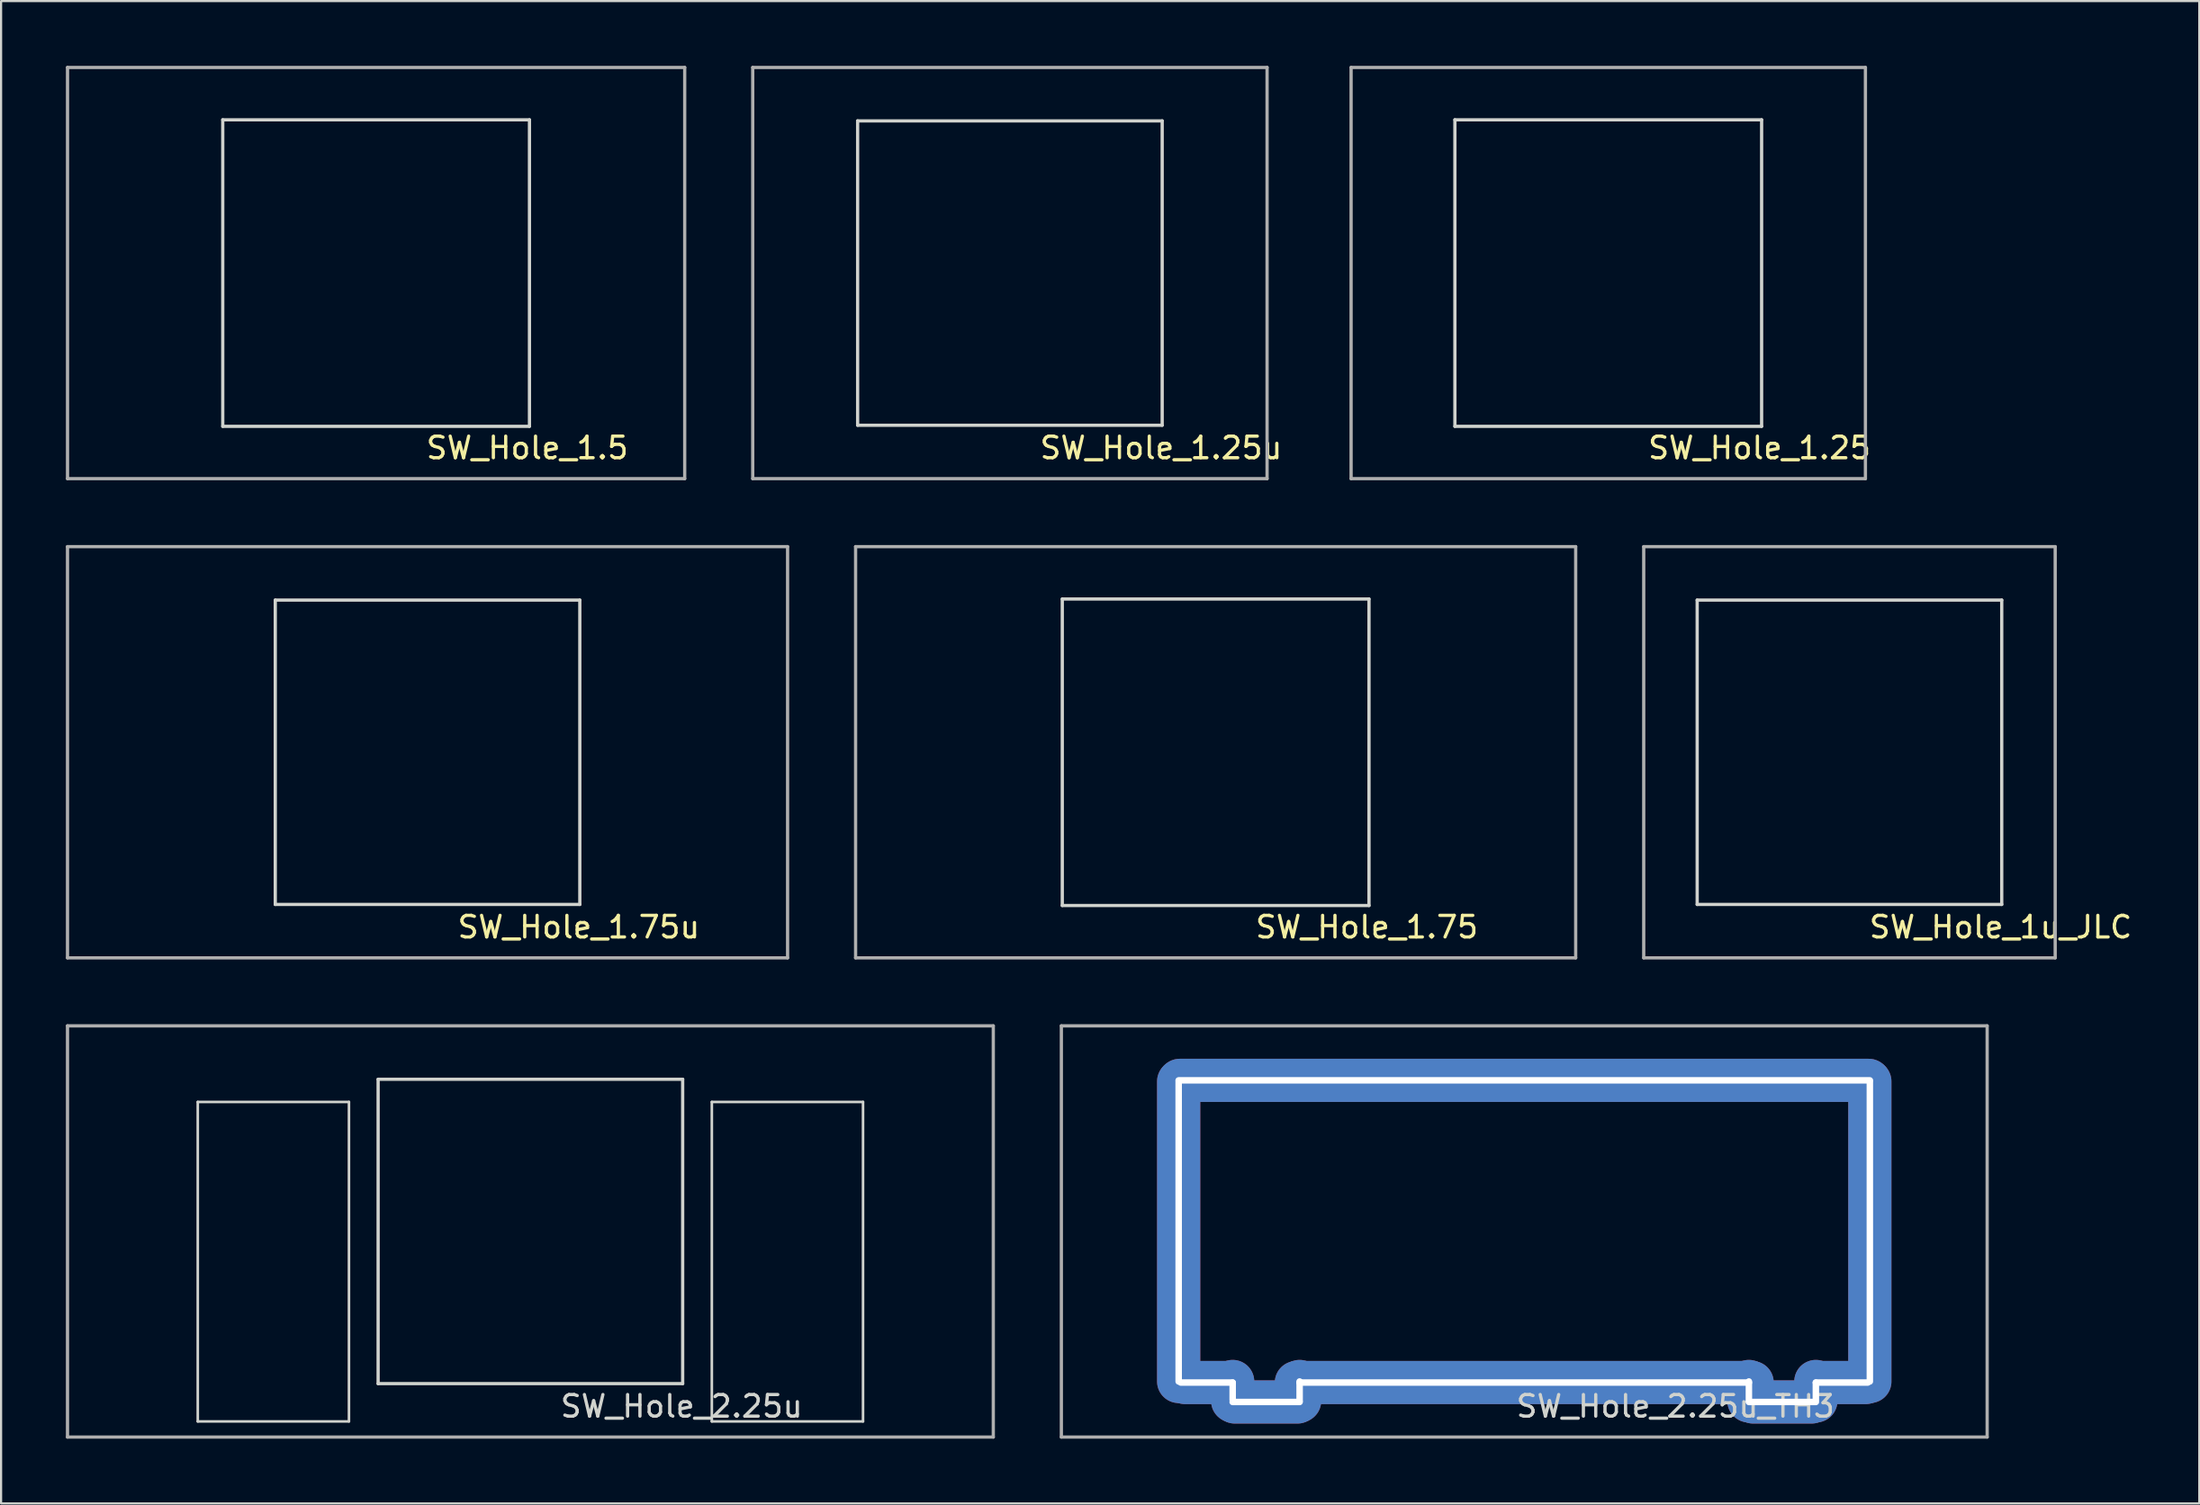
<source format=kicad_pcb>
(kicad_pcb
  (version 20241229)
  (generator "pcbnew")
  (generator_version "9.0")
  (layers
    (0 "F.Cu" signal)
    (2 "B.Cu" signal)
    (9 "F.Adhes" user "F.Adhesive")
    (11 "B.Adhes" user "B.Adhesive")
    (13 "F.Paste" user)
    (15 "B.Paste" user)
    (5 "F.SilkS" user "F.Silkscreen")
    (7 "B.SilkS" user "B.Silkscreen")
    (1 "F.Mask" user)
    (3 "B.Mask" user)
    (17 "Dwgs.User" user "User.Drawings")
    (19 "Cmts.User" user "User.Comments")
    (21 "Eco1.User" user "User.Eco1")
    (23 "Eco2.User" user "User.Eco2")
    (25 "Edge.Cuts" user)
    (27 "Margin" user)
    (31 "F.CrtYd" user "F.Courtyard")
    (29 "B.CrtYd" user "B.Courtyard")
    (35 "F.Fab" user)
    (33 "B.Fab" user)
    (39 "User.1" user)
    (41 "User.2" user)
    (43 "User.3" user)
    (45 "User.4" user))
  (footprint "SW_Hole_1.5"
    (layer "F.Cu")
    (at 14.363 9.6)
    (property "Reference" "SW_Hole_1.5" (at 7 8.1 0) (layer "F.SilkS") (effects (font (size 1 1) (thickness 0.15))))
    (attr through_hole)
    (fp_line (start -7.1 -7.1) (end 7.1 -7.1) (stroke (width 0.15) (type solid)) (layer "Edge.Cuts"))
    (fp_line (start -7.1 7.1) (end -7.1 -7.1) (stroke (width 0.15) (type solid)) (layer "Edge.Cuts"))
    (fp_line (start 7.1 -7.1) (end 7.1 7.1) (stroke (width 0.15) (type solid)) (layer "Edge.Cuts"))
    (fp_line (start 7.1 7.1) (end -7.1 7.1) (stroke (width 0.15) (type solid)) (layer "Edge.Cuts"))
    (fp_line (start -14.287 -9.525) (end -14.287 9.525) (stroke (width 0.15) (type solid)) (layer "F.Fab"))
    (fp_line (start -14.287 9.525) (end 14.287 9.525) (stroke (width 0.15) (type solid)) (layer "F.Fab"))
    (fp_line (start 14.287 -9.525) (end -14.287 -9.525) (stroke (width 0.15) (type solid)) (layer "F.Fab"))
    (fp_line (start 14.287 9.525) (end 14.287 -9.525) (stroke (width 0.15) (type solid)) (layer "F.Fab")))
  (footprint "SW_Hole_1.75u"
    (layer "F.Cu")
    (at 16.744 31.8)
    (property "Reference" "SW_Hole_1.75u" (at 7 8.1 0) (layer "F.SilkS") (effects (font (size 1 1) (thickness 0.15))))
    (attr through_hole)
    (fp_line (start -7.05 -7.05) (end 7.05 -7.05) (stroke (width 0.15) (type solid)) (layer "Edge.Cuts"))
    (fp_line (start -7.05 7.05) (end -7.05 -7.05) (stroke (width 0.15) (type solid)) (layer "Edge.Cuts"))
    (fp_line (start 7.05 -7.05) (end 7.05 7.05) (stroke (width 0.15) (type solid)) (layer "Edge.Cuts"))
    (fp_line (start 7.05 7.05) (end -7.05 7.05) (stroke (width 0.15) (type solid)) (layer "Edge.Cuts"))
    (fp_line (start -16.669 -9.525) (end -16.669 9.525) (stroke (width 0.15) (type solid)) (layer "F.Fab"))
    (fp_line (start -16.669 9.525) (end 16.669 9.525) (stroke (width 0.15) (type solid)) (layer "F.Fab"))
    (fp_line (start 16.669 -9.525) (end -16.669 -9.525) (stroke (width 0.15) (type solid)) (layer "F.Fab"))
    (fp_line (start 16.669 9.525) (end 16.669 -9.525) (stroke (width 0.15) (type solid)) (layer "F.Fab")))
  (footprint "SW_Hole_1.75"
    (layer "F.Cu")
    (at 53.231 31.8)
    (property "Reference" "SW_Hole_1.75" (at 7 8.1 0) (layer "F.SilkS") (effects (font (size 1 1) (thickness 0.15))))
    (attr through_hole)
    (fp_line (start -7.1 -7.1) (end 7.1 -7.1) (stroke (width 0.15) (type solid)) (layer "Edge.Cuts"))
    (fp_line (start -7.1 7.1) (end -7.1 -7.1) (stroke (width 0.15) (type solid)) (layer "Edge.Cuts"))
    (fp_line (start 7.1 -7.1) (end 7.1 7.1) (stroke (width 0.15) (type solid)) (layer "Edge.Cuts"))
    (fp_line (start 7.1 7.1) (end -7.1 7.1) (stroke (width 0.15) (type solid)) (layer "Edge.Cuts"))
    (fp_line (start -16.669 -9.525) (end -16.669 9.525) (stroke (width 0.15) (type solid)) (layer "F.Fab"))
    (fp_line (start -16.669 9.525) (end 16.669 9.525) (stroke (width 0.15) (type solid)) (layer "F.Fab"))
    (fp_line (start 16.669 -9.525) (end -16.669 -9.525) (stroke (width 0.15) (type solid)) (layer "F.Fab"))
    (fp_line (start 16.669 9.525) (end 16.669 -9.525) (stroke (width 0.15) (type solid)) (layer "F.Fab")))
  (footprint "SW_Hole_1.25"
    (layer "F.Cu")
    (at 71.408 9.6)
    (property "Reference" "SW_Hole_1.25" (at 7 8.1 0) (layer "F.SilkS") (effects (font (size 1 1) (thickness 0.15))))
    (attr through_hole)
    (fp_line (start -7.1 -7.1) (end 7.1 -7.1) (stroke (width 0.15) (type solid)) (layer "Edge.Cuts"))
    (fp_line (start -7.1 7.1) (end -7.1 -7.1) (stroke (width 0.15) (type solid)) (layer "Edge.Cuts"))
    (fp_line (start 7.1 -7.1) (end 7.1 7.1) (stroke (width 0.15) (type solid)) (layer "Edge.Cuts"))
    (fp_line (start 7.1 7.1) (end -7.1 7.1) (stroke (width 0.15) (type solid)) (layer "Edge.Cuts"))
    (fp_line (start -11.906 -9.525) (end -11.906 9.525) (stroke (width 0.15) (type solid)) (layer "F.Fab"))
    (fp_line (start -11.906 9.525) (end 11.906 9.525) (stroke (width 0.15) (type solid)) (layer "F.Fab"))
    (fp_line (start 11.906 -9.525) (end -11.906 -9.525) (stroke (width 0.15) (type solid)) (layer "F.Fab"))
    (fp_line (start 11.906 9.525) (end 11.906 -9.525) (stroke (width 0.15) (type solid)) (layer "F.Fab")))
  (footprint "SW_Hole_1.25u"
    (layer "F.Cu")
    (at 43.706 9.6)
    (property "Reference" "SW_Hole_1.25u" (at 7 8.1 0) (layer "F.SilkS") (effects (font (size 1 1) (thickness 0.15))))
    (attr through_hole)
    (fp_line (start -7.05 -7.05) (end 7.05 -7.05) (stroke (width 0.15) (type solid)) (layer "Edge.Cuts"))
    (fp_line (start -7.05 7.05) (end -7.05 -7.05) (stroke (width 0.15) (type solid)) (layer "Edge.Cuts"))
    (fp_line (start 7.05 -7.05) (end 7.05 7.05) (stroke (width 0.15) (type solid)) (layer "Edge.Cuts"))
    (fp_line (start 7.05 7.05) (end -7.05 7.05) (stroke (width 0.15) (type solid)) (layer "Edge.Cuts"))
    (fp_line (start -11.906 -9.525) (end -11.906 9.525) (stroke (width 0.15) (type solid)) (layer "F.Fab"))
    (fp_line (start -11.906 9.525) (end 11.906 9.525) (stroke (width 0.15) (type solid)) (layer "F.Fab"))
    (fp_line (start 11.906 -9.525) (end -11.906 -9.525) (stroke (width 0.15) (type solid)) (layer "F.Fab"))
    (fp_line (start 11.906 9.525) (end 11.906 -9.525) (stroke (width 0.15) (type solid)) (layer "F.Fab")))
  (footprint "SW_Hole_2.25u_TH3"
    (layer "F.Cu")
    (at 67.519 54)
    (property "Reference" "SW_Hole_2.25u_TH3" (at 7 8.1 0) (layer "Edge.Cuts") (effects (font (size 1 1) (thickness 0.15))))
    (attr through_hole)
    (fp_line (start -16 -7) (end 16 -7) (stroke (width 0.12) (type solid)) (layer "Edge.Cuts"))
    (fp_line (start -16 7) (end -16 -7) (stroke (width 0.12) (type solid)) (layer "Edge.Cuts"))
    (fp_line (start -13.5 7) (end -16 7) (stroke (width 0.12) (type solid)) (layer "Edge.Cuts"))
    (fp_line (start -13.5 7.9) (end -13.5 7) (stroke (width 0.12) (type solid)) (layer "Edge.Cuts"))
    (fp_line (start -10.4 7) (end -10.4 7.9) (stroke (width 0.12) (type solid)) (layer "Edge.Cuts"))
    (fp_line (start -10.4 7.9) (end -13.5 7.9) (stroke (width 0.12) (type solid)) (layer "Edge.Cuts"))
    (fp_line (start 10.4 7) (end -10.4 7) (stroke (width 0.12) (type solid)) (layer "Edge.Cuts"))
    (fp_line (start 10.4 7.9) (end 10.4 7) (stroke (width 0.12) (type solid)) (layer "Edge.Cuts"))
    (fp_line (start 13.5 7) (end 13.5 7.9) (stroke (width 0.12) (type solid)) (layer "Edge.Cuts"))
    (fp_line (start 13.5 7.9) (end 10.4 7.9) (stroke (width 0.12) (type solid)) (layer "Edge.Cuts"))
    (fp_line (start 16 -7) (end 16 7) (stroke (width 0.12) (type solid)) (layer "Edge.Cuts"))
    (fp_line (start 16 7) (end 13.5 7) (stroke (width 0.12) (type solid)) (layer "Edge.Cuts"))
    (fp_line (start -21.431 -9.525) (end -21.431 9.525) (stroke (width 0.15) (type solid)) (layer "F.Fab"))
    (fp_line (start -21.431 9.525) (end 21.431 9.525) (stroke (width 0.15) (type solid)) (layer "F.Fab"))
    (fp_line (start 21.431 -9.525) (end -21.431 -9.525) (stroke (width 0.15) (type solid)) (layer "F.Fab"))
    (fp_line (start 21.431 9.525) (end 21.431 -9.525) (stroke (width 0.15) (type solid)) (layer "F.Fab"))
    (pad "1" thru_hole oval (at -16 0 180) (size 2 15.9) (drill oval 0.3 14.2) (layers "*.Cu" "*.Mask"))
    (pad "1" thru_hole oval (at -14.7 7 90) (size 2 4) (drill oval 0.3 2.7) (layers "*.Cu" "*.Mask"))
    (pad "1" thru_hole oval (at -13.5 7.4 180) (size 2 2.9) (drill oval 0.3 1.1) (layers "*.Cu" "*.Mask"))
    (pad "1" thru_hole oval (at -11.95 7.9 90) (size 2 4.9) (drill oval 0.3 3.4) (layers "*.Cu" "*.Mask"))
    (pad "1" thru_hole oval (at -10.4 7.4 180) (size 2 2.9) (drill oval 0.3 1.2) (layers "*.Cu" "*.Mask"))
    (pad "1" thru_hole oval (at 0 -7 90) (size 2 33.9) (drill oval 0.3 32.3) (layers "*.Cu" "*.Mask"))
    (pad "1" thru_hole oval (at 0 7 90) (size 2 23.1) (drill oval 0.3 21.1) (layers "*.Cu" "*.Mask"))
    (pad "1" thru_hole oval (at 10.4 7.4 180) (size 2 2.9) (drill oval 0.3 1.2) (layers "*.Cu" "*.Mask"))
    (pad "1" thru_hole oval (at 11.95 7.9 90) (size 2 4.7) (drill oval 0.3 3.4) (layers "*.Cu" "*.Mask"))
    (pad "1" thru_hole oval (at 13.5 7.4 180) (size 2 2.9) (drill oval 0.3 1.1) (layers "*.Cu" "*.Mask"))
    (pad "1" thru_hole oval (at 14.7 7 90) (size 2 4.2) (drill oval 0.3 2.7) (layers "*.Cu" "*.Mask"))
    (pad "1" thru_hole oval (at 16 0 180) (size 2 15.9) (drill oval 0.3 14.2) (layers "*.Cu" "*.Mask")))
  (footprint "SW_Hole_2.25u"
    (layer "F.Cu")
    (at 21.506 54)
    (property "Reference" "SW_Hole_2.25u" (at 7 8.1 0) (layer "Edge.Cuts") (effects (font (size 1 1) (thickness 0.15))))
    (attr through_hole)
    (fp_line (start -15.4 -6) (end -8.4 -6) (stroke (width 0.12) (type solid)) (layer "Edge.Cuts"))
    (fp_line (start -15.4 8.8) (end -15.4 -6) (stroke (width 0.12) (type solid)) (layer "Edge.Cuts"))
    (fp_line (start -8.4 -6) (end -8.4 8.8) (stroke (width 0.12) (type solid)) (layer "Edge.Cuts"))
    (fp_line (start -8.4 8.8) (end -15.4 8.8) (stroke (width 0.12) (type solid)) (layer "Edge.Cuts"))
    (fp_line (start -7.05 -7.05) (end 7.05 -7.05) (stroke (width 0.15) (type solid)) (layer "Edge.Cuts"))
    (fp_line (start -7.05 7.05) (end -7.05 -7.05) (stroke (width 0.15) (type solid)) (layer "Edge.Cuts"))
    (fp_line (start 7.05 -7.05) (end 7.05 7.05) (stroke (width 0.15) (type solid)) (layer "Edge.Cuts"))
    (fp_line (start 7.05 7.05) (end -7.05 7.05) (stroke (width 0.15) (type solid)) (layer "Edge.Cuts"))
    (fp_line (start 8.4 -6) (end 8.4 8.8) (stroke (width 0.12) (type solid)) (layer "Edge.Cuts"))
    (fp_line (start 8.4 8.8) (end 15.4 8.8) (stroke (width 0.12) (type solid)) (layer "Edge.Cuts"))
    (fp_line (start 15.4 -6) (end 8.4 -6) (stroke (width 0.12) (type solid)) (layer "Edge.Cuts"))
    (fp_line (start 15.4 8.8) (end 15.4 -6) (stroke (width 0.12) (type solid)) (layer "Edge.Cuts"))
    (fp_line (start -21.431 -9.525) (end -21.431 9.525) (stroke (width 0.15) (type solid)) (layer "F.Fab"))
    (fp_line (start -21.431 9.525) (end 21.431 9.525) (stroke (width 0.15) (type solid)) (layer "F.Fab"))
    (fp_line (start 21.431 -9.525) (end -21.431 -9.525) (stroke (width 0.15) (type solid)) (layer "F.Fab"))
    (fp_line (start 21.431 9.525) (end 21.431 -9.525) (stroke (width 0.15) (type solid)) (layer "F.Fab")))
  (footprint "SW_Hole_1u_JLC"
    (layer "F.Cu")
    (at 82.575 31.8)
    (property "Reference" "SW_Hole_1u_JLC" (at 7 8.1 0) (layer "F.SilkS") (effects (font (size 1 1) (thickness 0.15))))
    (attr through_hole)
    (fp_line (start -7.8 -7.8) (end -7.8 7.8) (stroke (width 1.3) (type solid)) (layer "F.Mask"))
    (fp_line (start -7.8 -7.8) (end 7.8 -7.8) (stroke (width 1.3) (type solid)) (layer "F.Mask"))
    (fp_line (start -7.8 7.8) (end 7.8 7.8) (stroke (width 1.3) (type solid)) (layer "F.Mask"))
    (fp_line (start 7.8 -7.8) (end 7.8 7.8) (stroke (width 1.3) (type solid)) (layer "F.Mask"))
    (fp_line (start -7.8 -7.8) (end -7.8 7.8) (stroke (width 1.3) (type solid)) (layer "B.Mask"))
    (fp_line (start -7.8 -7.8) (end 7.8 -7.8) (stroke (width 1.3) (type solid)) (layer "B.Mask"))
    (fp_line (start -7.8 7.8) (end 7.8 7.8) (stroke (width 1.3) (type solid)) (layer "B.Mask"))
    (fp_line (start 7.8 -7.8) (end 7.8 7.8) (stroke (width 1.3) (type solid)) (layer "B.Mask"))
    (fp_line (start -7.05 -7.05) (end 7.05 -7.05) (stroke (width 0.15) (type solid)) (layer "Edge.Cuts"))
    (fp_line (start -7.05 7.05) (end -7.05 -7.05) (stroke (width 0.15) (type solid)) (layer "Edge.Cuts"))
    (fp_line (start 7.05 -7.05) (end 7.05 7.05) (stroke (width 0.15) (type solid)) (layer "Edge.Cuts"))
    (fp_line (start 7.05 7.05) (end -7.05 7.05) (stroke (width 0.15) (type solid)) (layer "Edge.Cuts"))
    (fp_line (start -9.525 -9.525) (end -9.525 9.525) (stroke (width 0.15) (type solid)) (layer "F.Fab"))
    (fp_line (start -9.525 9.525) (end 9.525 9.525) (stroke (width 0.15) (type solid)) (layer "F.Fab"))
    (fp_line (start 9.525 -9.525) (end -9.525 -9.525) (stroke (width 0.15) (type solid)) (layer "F.Fab"))
    (fp_line (start 9.525 9.525) (end 9.525 -9.525) (stroke (width 0.15) (type solid)) (layer "F.Fab")))
  (gr_rect
    (start -3 -3)
    (end 98.771 66.6)
    (stroke (width 0.1) (type default))
    (fill no)
    (layer "Edge.Cuts")))
</source>
